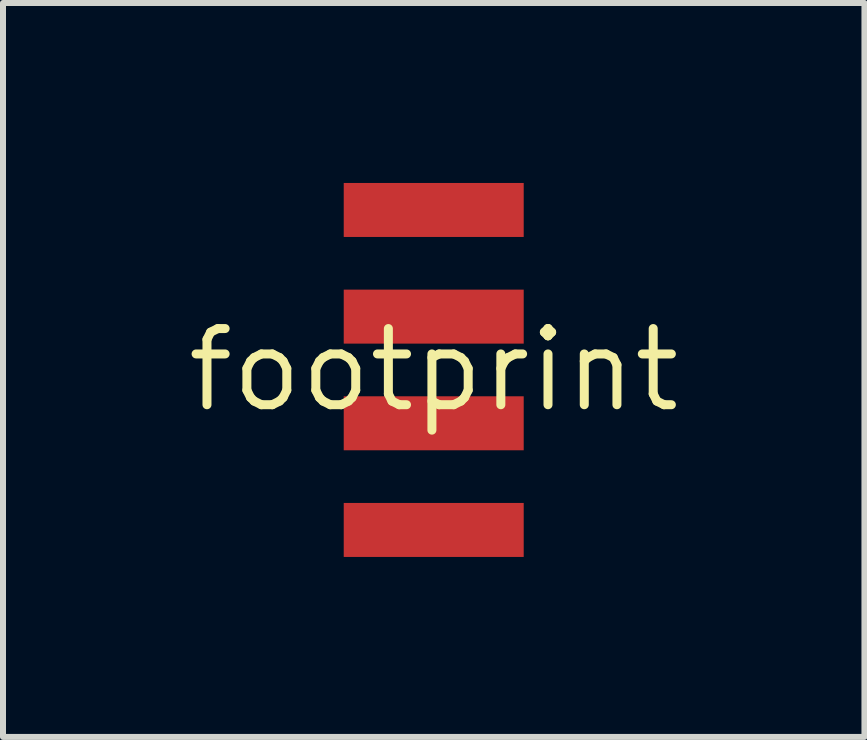
<source format=kicad_pcb>
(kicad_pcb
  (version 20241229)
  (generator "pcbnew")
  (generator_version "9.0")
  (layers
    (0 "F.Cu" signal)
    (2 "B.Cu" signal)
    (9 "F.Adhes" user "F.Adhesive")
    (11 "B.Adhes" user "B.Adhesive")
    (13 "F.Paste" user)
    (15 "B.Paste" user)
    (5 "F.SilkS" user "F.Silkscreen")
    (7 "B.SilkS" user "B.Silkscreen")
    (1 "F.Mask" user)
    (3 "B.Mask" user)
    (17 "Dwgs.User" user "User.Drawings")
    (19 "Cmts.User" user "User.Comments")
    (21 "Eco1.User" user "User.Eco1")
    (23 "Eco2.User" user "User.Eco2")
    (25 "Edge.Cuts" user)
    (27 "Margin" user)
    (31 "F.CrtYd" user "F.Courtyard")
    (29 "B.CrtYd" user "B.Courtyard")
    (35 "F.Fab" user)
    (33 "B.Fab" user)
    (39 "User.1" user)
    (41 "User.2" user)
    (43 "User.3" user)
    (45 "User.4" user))
  (footprint "footprint"
    (layer "F.Cu")
    (at 4.18 3.117)
    (property "Reference" "footprint" (at 0 0 0) (layer "F.SilkS") (effects (font (size 1.27 1.27) (thickness 0.15))))
    (pad "D+" smd rect (at 0 0.889) (size 3 0.9) (layers "F.Cu" "F.Mask"))
    (pad "D-" smd rect (at 0 -0.889) (size 3 0.9) (layers "F.Cu" "F.Mask"))
    (pad "GND" smd rect (at 0 2.667) (size 3 0.9) (layers "F.Cu" "F.Mask"))
    (pad "VBUS" smd rect (at 0 -2.667) (size 3 0.9) (layers "F.Cu" "F.Mask")))
  (gr_rect
    (start -3 -3)
    (end 11.36 9.234)
    (stroke (width 0.1) (type default))
    (fill no)
    (layer "Edge.Cuts")))
</source>
